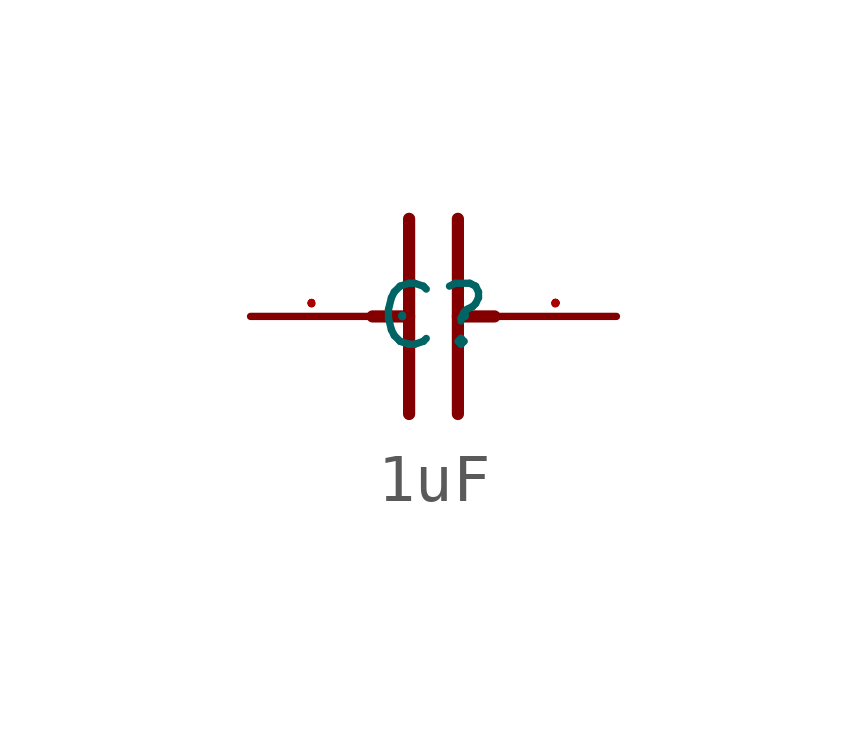
<source format=kicad_sym>
(kicad_symbol_lib
  (version 20241209)
  (generator "kicad_symbol_editor")
  (generator_version "9.0")
  (symbol "1uF"
    (property "Reference" "C"
      (at 0 0 0)
      (effects (font (size 1.27 1.27))))
    (property "Value" ""
      (at 0 0 0)
      (effects (font (size 1.27 1.27))))
    (symbol "1uF_1_0"
      (polyline (pts (xy -1.27 0) (xy -0.508 0)) (stroke (width 0.254) (type default)) (fill (type none)))
      (polyline (pts (xy -0.508 2.032) (xy -0.508 -2.032)) (stroke (width 0.254) (type default)) (fill (type none)))
      (polyline (pts (xy 0.508 2.032) (xy 0.508 -2.032)) (stroke (width 0.254) (type default)) (fill (type none)))
      (polyline (pts (xy 0.508 0) (xy 1.27 0)) (stroke (width 0.254) (type default)) (fill (type none)))
      (pin input line (at -3.81 0 0) (length 2.54) (name "1" (effects (font (size 0.025 0.025)))) (number "1" (effects (font (size 0.025 0.025)))))
      (pin input line (at 3.81 0 180) (length 2.54) (name "2" (effects (font (size 0.025 0.025)))) (number "2" (effects (font (size 0.025 0.025))))))))
</source>
